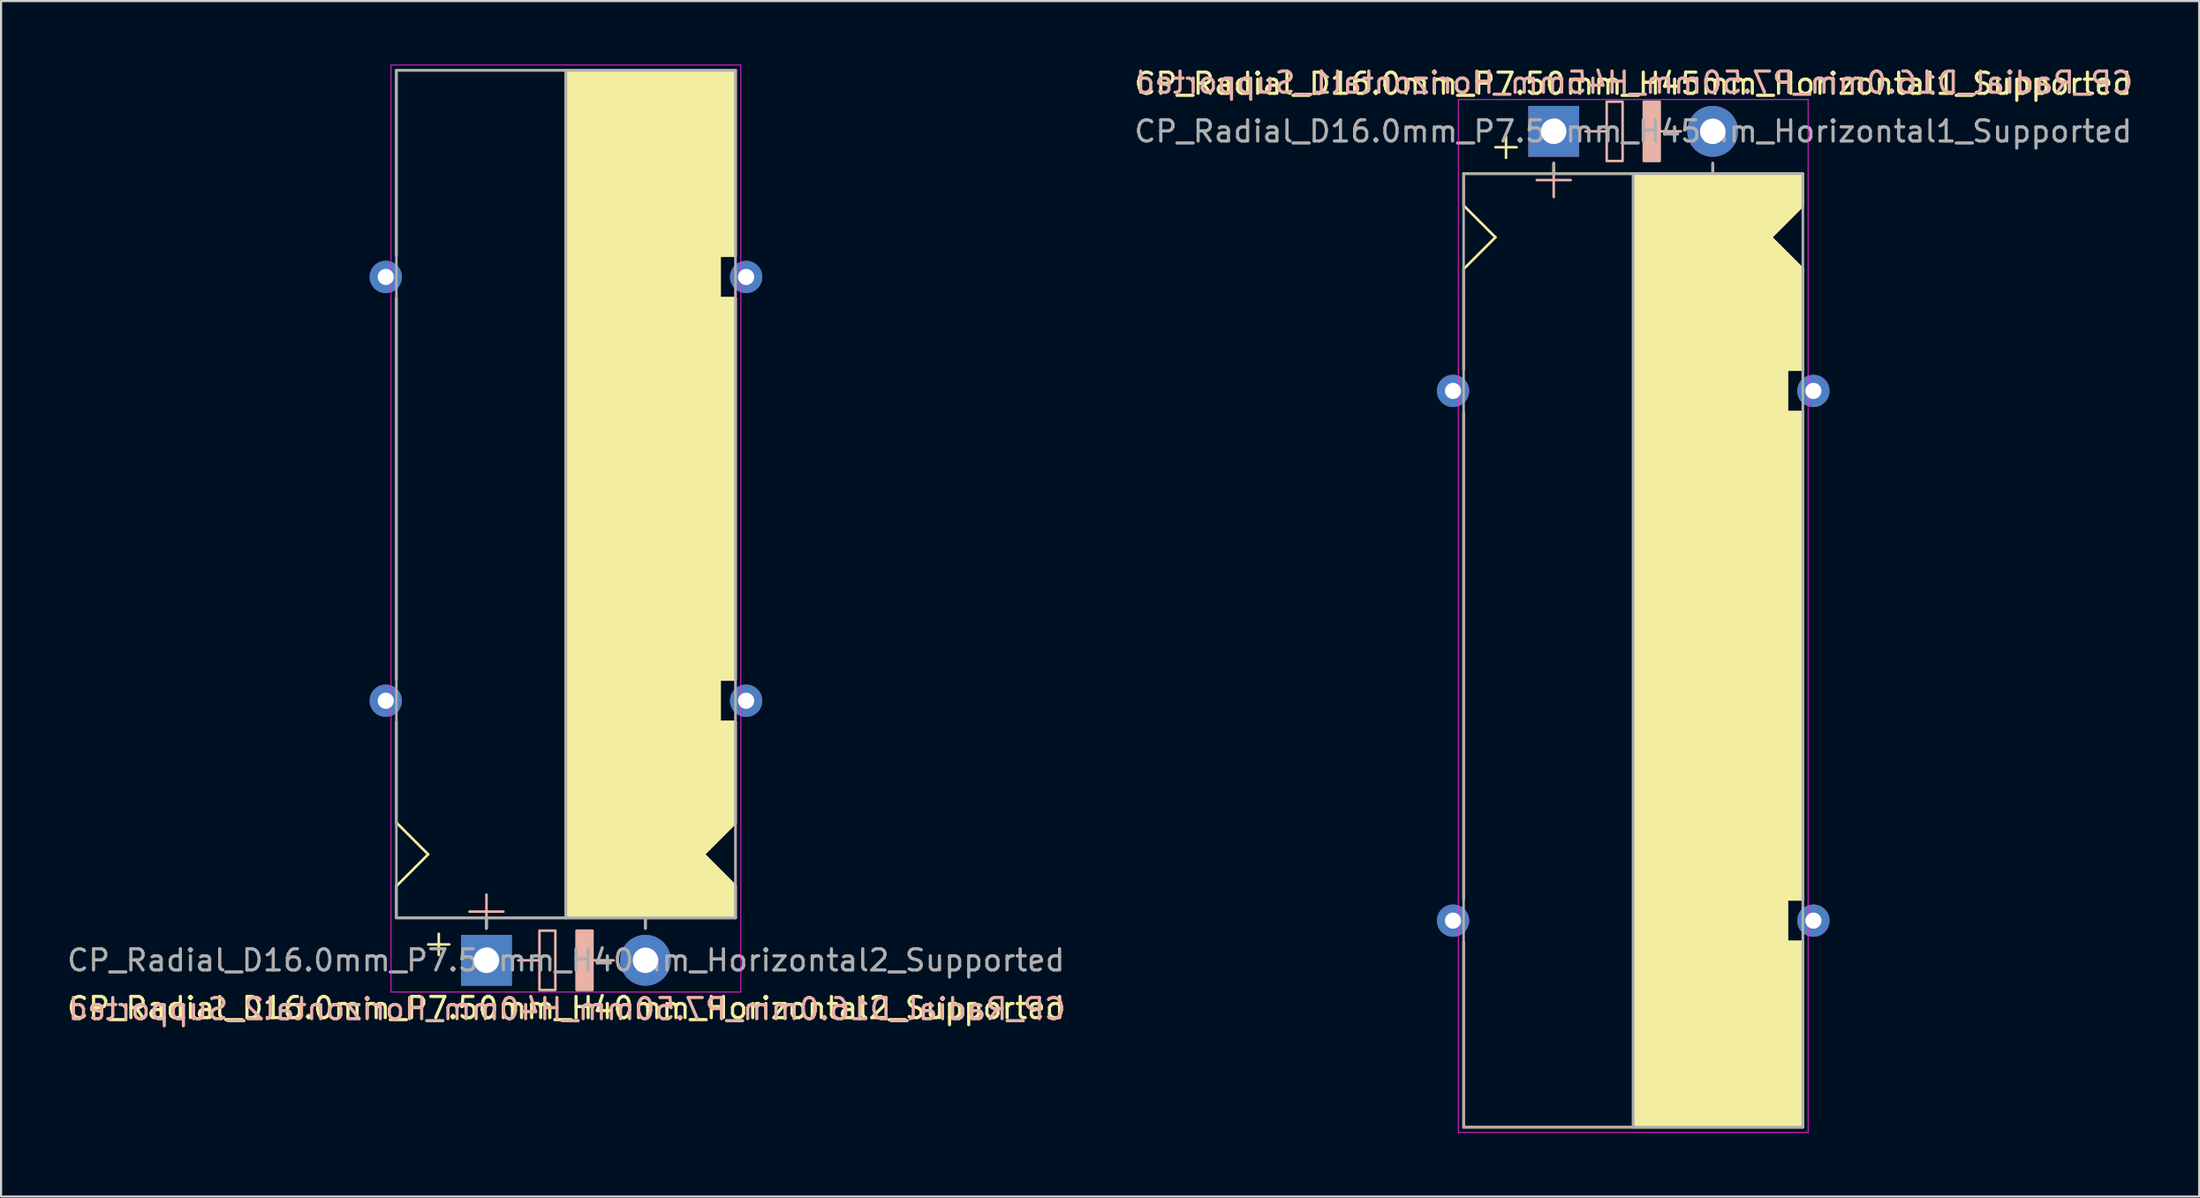
<source format=kicad_pcb>
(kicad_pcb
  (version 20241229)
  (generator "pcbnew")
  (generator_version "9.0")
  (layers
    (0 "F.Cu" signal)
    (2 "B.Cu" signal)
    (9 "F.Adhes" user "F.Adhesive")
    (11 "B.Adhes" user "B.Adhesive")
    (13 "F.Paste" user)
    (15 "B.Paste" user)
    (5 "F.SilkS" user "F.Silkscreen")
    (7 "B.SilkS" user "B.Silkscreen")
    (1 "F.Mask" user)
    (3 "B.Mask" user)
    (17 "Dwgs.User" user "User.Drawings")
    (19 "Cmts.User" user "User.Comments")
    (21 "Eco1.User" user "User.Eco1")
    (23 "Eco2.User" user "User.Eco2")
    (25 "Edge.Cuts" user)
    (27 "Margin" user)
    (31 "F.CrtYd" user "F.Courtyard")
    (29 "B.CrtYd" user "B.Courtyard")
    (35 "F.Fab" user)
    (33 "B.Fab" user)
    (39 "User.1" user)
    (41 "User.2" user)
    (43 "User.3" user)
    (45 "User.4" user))
  (footprint "CP_Radial_D16.0mm_P7.50mm_H45mm_Horizontal1_Supported"
    (layer "F.Cu")
    (at 70.246 3.148)
    (property "Reference" "CP_Radial_D16.0mm_P7.50mm_H45mm_Horizontal1_Supported" (at 3.75 -2.25 0) (layer "F.SilkS") (effects (font (size 1 1) (thickness 0.15))))
    (fp_line (start -4.25 2) (end -4.25 3.5) (stroke (width 0.12) (type solid)) (layer "F.SilkS"))
    (fp_line (start -4.25 3.5) (end -2.75 5) (stroke (width 0.12) (type solid)) (layer "F.SilkS"))
    (fp_line (start -4.25 6.5) (end -4.25 7.5) (stroke (width 0.12) (type solid)) (layer "F.SilkS"))
    (fp_line (start -4.25 7.5) (end -4.25 11.25) (stroke (width 0.12) (type solid)) (layer "F.SilkS"))
    (fp_line (start -4.25 36.25) (end -4.25 13.25) (stroke (width 0.12) (type solid)) (layer "F.SilkS"))
    (fp_line (start -4.25 38.25) (end -4.25 47) (stroke (width 0.12) (type solid)) (layer "F.SilkS"))
    (fp_line (start -2.75 5) (end -4.25 6.5) (stroke (width 0.12) (type solid)) (layer "F.SilkS"))
    (fp_line (start -2.25 0.25) (end -2.25 1.25) (stroke (width 0.12) (type solid)) (layer "F.SilkS"))
    (fp_line (start -1.75 0.75) (end -2.75 0.75) (stroke (width 0.12) (type solid)) (layer "F.SilkS"))
    (fp_line (start 0 1.5) (end 0 2) (stroke (width 0.12) (type solid)) (layer "F.SilkS"))
    (fp_line (start 3.75 2) (end -4.25 2) (stroke (width 0.12) (type solid)) (layer "F.SilkS"))
    (fp_line (start 3.75 2) (end 3.75 47) (stroke (width 0.12) (type solid)) (layer "F.SilkS"))
    (fp_line (start 3.75 2) (end 11.75 2) (stroke (width 0.12) (type solid)) (layer "F.SilkS"))
    (fp_line (start 7.5 1.5) (end 7.5 2) (stroke (width 0.12) (type solid)) (layer "F.SilkS"))
    (fp_line (start 10.25 5) (end 11.75 6.5) (stroke (width 0.12) (type solid)) (layer "F.SilkS"))
    (fp_line (start 11 11.25) (end 11.75 11.25) (stroke (width 0.12) (type solid)) (layer "F.SilkS"))
    (fp_line (start 11 13.25) (end 11 11.25) (stroke (width 0.12) (type solid)) (layer "F.SilkS"))
    (fp_line (start 11 36.25) (end 11.75 36.25) (stroke (width 0.12) (type solid)) (layer "F.SilkS"))
    (fp_line (start 11 38.25) (end 11 36.25) (stroke (width 0.12) (type solid)) (layer "F.SilkS"))
    (fp_line (start 11.75 2) (end 11.75 3.5) (stroke (width 0.12) (type solid)) (layer "F.SilkS"))
    (fp_line (start 11.75 3.5) (end 10.25 5) (stroke (width 0.12) (type solid)) (layer "F.SilkS"))
    (fp_line (start 11.75 11.25) (end 11.75 6.5) (stroke (width 0.12) (type solid)) (layer "F.SilkS"))
    (fp_line (start 11.75 13.25) (end 11 13.25) (stroke (width 0.12) (type solid)) (layer "F.SilkS"))
    (fp_line (start 11.75 13.25) (end 11.75 36.25) (stroke (width 0.12) (type solid)) (layer "F.SilkS"))
    (fp_line (start 11.75 38.25) (end 11 38.25) (stroke (width 0.12) (type solid)) (layer "F.SilkS"))
    (fp_line (start 11.75 47) (end -4.25 47) (stroke (width 0.12) (type solid)) (layer "F.SilkS"))
    (fp_line (start 11.75 47) (end 11.75 38.25) (stroke (width 0.12) (type solid)) (layer "F.SilkS"))
    (fp_poly (pts (xy 11.75 3.5) (xy 10.25 5) (xy 11.75 6.5) (xy 11.75 11.25) (xy 11 11.25) (xy 11 13.25) (xy 11.75 13.25) (xy 11.75 36.25) (xy 11 36.25) (xy 11 38.25) (xy 11.75 38.25) (xy 11.75 47) (xy 3.75 47) (xy 3.75 2) (xy 11.75 2)) (stroke (width 0.1) (type solid)) (fill yes) (layer "F.SilkS"))
    (fp_line (start 0 1.5) (end 0 3.1) (stroke (width 0.12) (type solid)) (layer "B.SilkS"))
    (fp_line (start 0.8 2.3) (end -0.8 2.3) (stroke (width 0.12) (type solid)) (layer "B.SilkS"))
    (fp_line (start 2.5 0) (end 1.5 0) (stroke (width 0.12) (type solid)) (layer "B.SilkS"))
    (fp_line (start 6 0) (end 5 0) (stroke (width 0.12) (type solid)) (layer "B.SilkS"))
    (fp_rect (start 2.5 -1.4) (end 3.25 1.4) (stroke (width 0.12) (type solid)) (fill no) (layer "B.SilkS"))
    (fp_rect (start 4.25 -1.4) (end 5 1.4) (stroke (width 0.12) (type solid)) (fill yes) (layer "B.SilkS"))
    (fp_line (start -4.5 -1.5) (end 12 -1.5) (stroke (width 0.04) (type solid)) (layer "F.CrtYd"))
    (fp_line (start -4.5 47.25) (end -4.5 -1.5) (stroke (width 0.04) (type solid)) (layer "F.CrtYd"))
    (fp_line (start 12 -1.5) (end 12 47.25) (stroke (width 0.04) (type solid)) (layer "F.CrtYd"))
    (fp_line (start 12 47.25) (end -4.5 47.25) (stroke (width 0.04) (type solid)) (layer "F.CrtYd"))
    (fp_line (start -4.25 2) (end -4.25 47) (stroke (width 0.12) (type solid)) (layer "F.Fab"))
    (fp_line (start -4.25 47) (end 11.75 47) (stroke (width 0.12) (type solid)) (layer "F.Fab"))
    (fp_line (start 0 1.5) (end 0 2) (stroke (width 0.12) (type solid)) (layer "F.Fab"))
    (fp_line (start 0 2) (end -4.25 2) (stroke (width 0.12) (type solid)) (layer "F.Fab"))
    (fp_line (start 3.75 2) (end 3.75 47) (stroke (width 0.12) (type solid)) (layer "F.Fab"))
    (fp_line (start 7.5 1.5) (end 7.5 2) (stroke (width 0.12) (type solid)) (layer "F.Fab"))
    (fp_line (start 11.75 2) (end 0 2) (stroke (width 0.12) (type solid)) (layer "F.Fab"))
    (fp_line (start 11.75 47) (end 11.75 2) (stroke (width 0.12) (type solid)) (layer "F.Fab"))
    (fp_poly (pts (xy 11.75 47) (xy 3.75 47) (xy 3.75 2) (xy 11.75 2)) (stroke (width 0.1) (type solid)) (fill no) (layer "F.Fab"))
    (fp_text user "${REFERENCE}" (at 3.8 -2.3 0) (layer "B.SilkS") (effects (font (size 1 1) (thickness 0.15)) (justify mirror)))
    (fp_text user "${REFERENCE}" (at 3.75 0 0) (layer "F.Fab") (effects (font (size 1 1) (thickness 0.15))))
    (pad "1" thru_hole rect (at 0 0) (size 2.4 2.4) (drill 1.2) (layers "*.Cu" "*.Mask"))
    (pad "2" thru_hole circle (at 7.5 0) (size 2.4 2.4) (drill 1.2) (layers "*.Cu" "*.Mask"))
    (pad "~" thru_hole circle (at -4.75 12.25) (size 1.524 1.524) (drill 0.762) (layers "*.Cu" "*.Mask"))
    (pad "~" thru_hole circle (at -4.75 37.25) (size 1.524 1.524) (drill 0.762) (layers "*.Cu" "*.Mask"))
    (pad "~" thru_hole circle (at 12.25 12.25) (size 1.524 1.524) (drill 0.762) (layers "*.Cu" "*.Mask"))
    (pad "~" thru_hole circle (at 12.25 37.25) (size 1.524 1.524) (drill 0.762) (layers "*.Cu" "*.Mask")))
  (footprint "CP_Radial_D16.0mm_P7.50mm_H40mm_Horizontal2_Supported"
    (layer "F.Cu")
    (at 19.899 42.27)
    (property "Reference" "CP_Radial_D16.0mm_P7.50mm_H40mm_Horizontal2_Supported" (at 3.75 2.25 0) (layer "F.SilkS") (effects (font (size 1 1) (thickness 0.15))))
    (fp_line (start -4.25 -33.25) (end -4.25 -42) (stroke (width 0.12) (type solid)) (layer "F.SilkS"))
    (fp_line (start -4.25 -31.25) (end -4.25 -13.25) (stroke (width 0.12) (type solid)) (layer "F.SilkS"))
    (fp_line (start -4.25 -7.5) (end -4.25 -11.25) (stroke (width 0.12) (type solid)) (layer "F.SilkS"))
    (fp_line (start -4.25 -6.5) (end -4.25 -7.5) (stroke (width 0.12) (type solid)) (layer "F.SilkS"))
    (fp_line (start -4.25 -3.5) (end -2.75 -5) (stroke (width 0.12) (type solid)) (layer "F.SilkS"))
    (fp_line (start -4.25 -2) (end -4.25 -3.5) (stroke (width 0.12) (type solid)) (layer "F.SilkS"))
    (fp_line (start -2.75 -5) (end -4.25 -6.5) (stroke (width 0.12) (type solid)) (layer "F.SilkS"))
    (fp_line (start -2.25 -1.25) (end -2.25 -0.25) (stroke (width 0.12) (type solid)) (layer "F.SilkS"))
    (fp_line (start -1.75 -0.75) (end -2.75 -0.75) (stroke (width 0.12) (type solid)) (layer "F.SilkS"))
    (fp_line (start 0 -1.5) (end 0 -2) (stroke (width 0.12) (type solid)) (layer "F.SilkS"))
    (fp_line (start 3.75 -2) (end -4.25 -2) (stroke (width 0.12) (type solid)) (layer "F.SilkS"))
    (fp_line (start 3.75 -2) (end 3.75 -42) (stroke (width 0.12) (type solid)) (layer "F.SilkS"))
    (fp_line (start 3.75 -2) (end 11.75 -2) (stroke (width 0.12) (type solid)) (layer "F.SilkS"))
    (fp_line (start 7.5 -1.5) (end 7.5 -2) (stroke (width 0.12) (type solid)) (layer "F.SilkS"))
    (fp_line (start 10.25 -5) (end 11.75 -6.5) (stroke (width 0.12) (type solid)) (layer "F.SilkS"))
    (fp_line (start 11 -33.25) (end 11 -31.25) (stroke (width 0.12) (type solid)) (layer "F.SilkS"))
    (fp_line (start 11 -31.25) (end 11.75 -31.25) (stroke (width 0.12) (type solid)) (layer "F.SilkS"))
    (fp_line (start 11 -13.25) (end 11 -11.25) (stroke (width 0.12) (type solid)) (layer "F.SilkS"))
    (fp_line (start 11 -11.25) (end 11.75 -11.25) (stroke (width 0.12) (type solid)) (layer "F.SilkS"))
    (fp_line (start 11.75 -42) (end -4.25 -42) (stroke (width 0.12) (type solid)) (layer "F.SilkS"))
    (fp_line (start 11.75 -42) (end 11.75 -33.25) (stroke (width 0.12) (type solid)) (layer "F.SilkS"))
    (fp_line (start 11.75 -33.25) (end 11 -33.25) (stroke (width 0.12) (type solid)) (layer "F.SilkS"))
    (fp_line (start 11.75 -13.25) (end 11 -13.25) (stroke (width 0.12) (type solid)) (layer "F.SilkS"))
    (fp_line (start 11.75 -13.25) (end 11.75 -31.25) (stroke (width 0.12) (type solid)) (layer "F.SilkS"))
    (fp_line (start 11.75 -11.25) (end 11.75 -6.5) (stroke (width 0.12) (type solid)) (layer "F.SilkS"))
    (fp_line (start 11.75 -3.5) (end 10.25 -5) (stroke (width 0.12) (type solid)) (layer "F.SilkS"))
    (fp_line (start 11.75 -2) (end 11.75 -3.5) (stroke (width 0.12) (type solid)) (layer "F.SilkS"))
    (fp_poly (pts (xy 11.75 -3.5) (xy 10.25 -5) (xy 11.75 -6.5) (xy 11.75 -11.25) (xy 11 -11.25) (xy 11 -13.25) (xy 11.75 -13.25) (xy 11.75 -31.25) (xy 11 -31.25) (xy 11 -33.25) (xy 11.75 -33.25) (xy 11.75 -42) (xy 3.75 -42) (xy 3.75 -2) (xy 11.75 -2)) (stroke (width 0.1) (type solid)) (fill yes) (layer "F.SilkS"))
    (fp_line (start 0 -3.1) (end 0 -1.5) (stroke (width 0.12) (type solid)) (layer "B.SilkS"))
    (fp_line (start 0.8 -2.3) (end -0.8 -2.3) (stroke (width 0.12) (type solid)) (layer "B.SilkS"))
    (fp_line (start 2.5 0) (end 1.5 0) (stroke (width 0.12) (type solid)) (layer "B.SilkS"))
    (fp_line (start 6 0) (end 5 0) (stroke (width 0.12) (type solid)) (layer "B.SilkS"))
    (fp_rect (start 2.5 -1.4) (end 3.25 1.4) (stroke (width 0.12) (type solid)) (fill no) (layer "B.SilkS"))
    (fp_rect (start 4.25 -1.4) (end 5 1.4) (stroke (width 0.12) (type solid)) (fill yes) (layer "B.SilkS"))
    (fp_line (start -4.5 -42.25) (end -4.5 1.5) (stroke (width 0.04) (type solid)) (layer "F.CrtYd"))
    (fp_line (start -4.5 1.5) (end 12 1.5) (stroke (width 0.04) (type solid)) (layer "F.CrtYd"))
    (fp_line (start 12 -42.25) (end -4.5 -42.25) (stroke (width 0.04) (type solid)) (layer "F.CrtYd"))
    (fp_line (start 12 1.5) (end 12 -42.25) (stroke (width 0.04) (type solid)) (layer "F.CrtYd"))
    (fp_line (start -4.25 -42) (end 11.75 -42) (stroke (width 0.12) (type solid)) (layer "F.Fab"))
    (fp_line (start -4.25 -2) (end -4.25 -42) (stroke (width 0.12) (type solid)) (layer "F.Fab"))
    (fp_line (start 0 -2) (end -4.25 -2) (stroke (width 0.12) (type solid)) (layer "F.Fab"))
    (fp_line (start 0 -1.5) (end 0 -2) (stroke (width 0.12) (type solid)) (layer "F.Fab"))
    (fp_line (start 3.75 -2) (end 3.75 -42) (stroke (width 0.12) (type solid)) (layer "F.Fab"))
    (fp_line (start 7.5 -1.5) (end 7.5 -2) (stroke (width 0.12) (type solid)) (layer "F.Fab"))
    (fp_line (start 11.75 -42) (end 11.75 -2) (stroke (width 0.12) (type solid)) (layer "F.Fab"))
    (fp_line (start 11.75 -2) (end 0 -2) (stroke (width 0.12) (type solid)) (layer "F.Fab"))
    (fp_poly (pts (xy 11.75 -42) (xy 3.75 -42) (xy 3.75 -2) (xy 11.75 -2)) (stroke (width 0.1) (type solid)) (fill no) (layer "F.Fab"))
    (fp_text user "${REFERENCE}" (at 3.8 2.3 0) (layer "B.SilkS") (effects (font (size 1 1) (thickness 0.15)) (justify mirror)))
    (fp_text user "${REFERENCE}" (at 3.75 0 0) (layer "F.Fab") (effects (font (size 1 1) (thickness 0.15))))
    (pad "1" thru_hole rect (at 0 0) (size 2.4 2.4) (drill 1.2) (layers "*.Cu" "*.Mask"))
    (pad "2" thru_hole circle (at 7.5 0) (size 2.4 2.4) (drill 1.2) (layers "*.Cu" "*.Mask"))
    (pad "~" thru_hole circle (at -4.75 -32.25 180) (size 1.524 1.524) (drill 0.762) (layers "*.Cu" "*.Mask"))
    (pad "~" thru_hole circle (at -4.75 -12.25 180) (size 1.524 1.524) (drill 0.762) (layers "*.Cu" "*.Mask"))
    (pad "~" thru_hole circle (at 12.25 -32.25 180) (size 1.524 1.524) (drill 0.762) (layers "*.Cu" "*.Mask"))
    (pad "~" thru_hole circle (at 12.25 -12.25 180) (size 1.524 1.524) (drill 0.762) (layers "*.Cu" "*.Mask")))
  (gr_rect
    (start -3 -3)
    (end 100.695 53.418)
    (stroke (width 0.1) (type default))
    (fill no)
    (layer "Edge.Cuts")))
</source>
